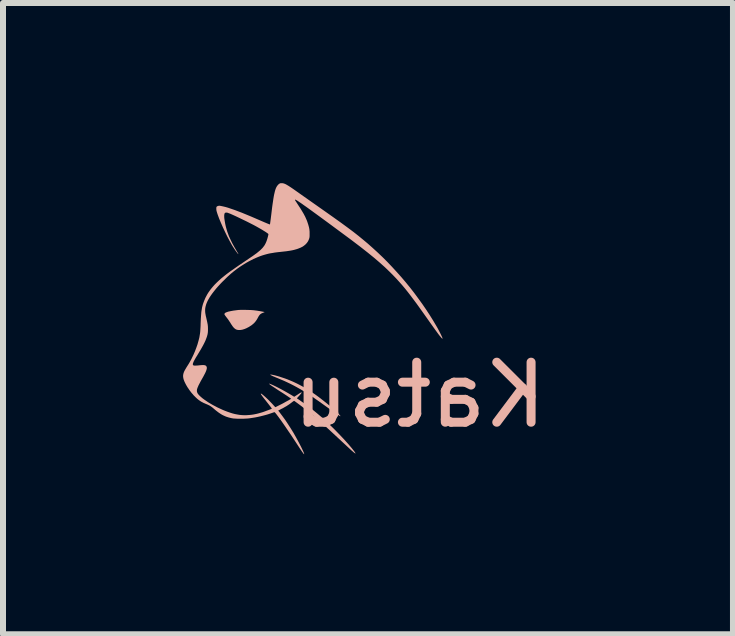
<source format=kicad_pcb>
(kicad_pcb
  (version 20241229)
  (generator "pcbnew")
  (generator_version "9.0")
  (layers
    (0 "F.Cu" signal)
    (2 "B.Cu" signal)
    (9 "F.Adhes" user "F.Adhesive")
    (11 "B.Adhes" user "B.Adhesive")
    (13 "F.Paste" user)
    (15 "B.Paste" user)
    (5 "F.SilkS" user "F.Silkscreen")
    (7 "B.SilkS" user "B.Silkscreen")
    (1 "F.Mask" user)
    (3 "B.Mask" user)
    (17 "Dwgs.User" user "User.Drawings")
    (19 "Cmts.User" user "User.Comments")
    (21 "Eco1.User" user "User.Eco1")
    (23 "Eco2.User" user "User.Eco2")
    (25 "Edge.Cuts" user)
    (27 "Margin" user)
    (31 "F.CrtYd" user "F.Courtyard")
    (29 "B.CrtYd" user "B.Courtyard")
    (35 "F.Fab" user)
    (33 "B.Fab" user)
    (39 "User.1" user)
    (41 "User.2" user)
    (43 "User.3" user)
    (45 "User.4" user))
  (footprint "Katsu"
    (layer "F.Cu")
    (at 1.805 2.588)
    (property "Reference" "Katsu" (at 2.134 0.94 0) (unlocked yes) (layer "B.SilkS") (effects (font (size 1 1) (thickness 0.15)) (justify mirror)))
    (fp_poly (pts (xy -0.35 0.606) (xy -0.348 0.608) (xy -0.345 0.61) (xy -0.342 0.612) (xy -0.337 0.614) (xy -0.333 0.617) (xy -0.327 0.619) (xy -0.314 0.626) (xy -0.298 0.633) (xy -0.28 0.64) (xy -0.26 0.649) (xy -0.237 0.658) (xy -0.18 0.682) (xy -0.123 0.706) (xy -0.069 0.731) (xy -0.015 0.757) (xy 0.038 0.784) (xy 0.09 0.812) (xy 0.141 0.841) (xy 0.192 0.871) (xy 0.231 0.895) (xy 0.269 0.919) (xy 0.308 0.945) (xy 0.352 0.974) (xy 0.402 1.009) (xy 0.46 1.049) (xy 0.611 1.157) (xy 0.703 1.222) (xy 0.758 1.261) (xy 0.788 1.281) (xy 0.797 1.286) (xy 0.804 1.29) (xy 0.806 1.291) (xy 0.808 1.292) (xy 0.81 1.293) (xy 0.811 1.293) (xy 0.812 1.294) (xy 0.813 1.294) (xy 0.814 1.294) (xy 0.815 1.294) (xy 0.815 1.294) (xy 0.815 1.294) (xy 0.815 1.294) (xy 0.815 1.293) (xy 0.816 1.293) (xy 0.816 1.293) (xy 0.816 1.293) (xy 0.815 1.292) (xy 0.815 1.291) (xy 0.815 1.29) (xy 0.814 1.289) (xy 0.813 1.287) (xy 0.812 1.286) (xy 0.811 1.284) (xy 0.809 1.282) (xy 0.807 1.28) (xy 0.803 1.276) (xy 0.798 1.27) (xy 0.793 1.264) (xy 0.786 1.258) (xy 0.779 1.25) (xy 0.771 1.242) (xy 0.751 1.223) (xy 0.734 1.206) (xy 0.718 1.191) (xy 0.701 1.176) (xy 0.684 1.161) (xy 0.666 1.145) (xy 0.644 1.127) (xy 0.619 1.106) (xy 0.532 1.036) (xy 0.449 0.972) (xy 0.408 0.942) (xy 0.368 0.914) (xy 0.328 0.887) (xy 0.289 0.862) (xy 0.25 0.837) (xy 0.211 0.814) (xy 0.172 0.793) (xy 0.133 0.772) (xy 0.094 0.752) (xy 0.054 0.733) (xy 0.015 0.715) (xy -0.026 0.698) (xy -0.067 0.681) (xy -0.111 0.665) (xy -0.157 0.65) (xy -0.201 0.635) (xy -0.243 0.623) (xy -0.28 0.613) (xy -0.312 0.606) (xy -0.325 0.604) (xy -0.336 0.602) (xy -0.342 0.602) (xy -0.348 0.601) (xy -0.349 0.601) (xy -0.351 0.601) (xy -0.352 0.601) (xy -0.353 0.602) (xy -0.353 0.602) (xy -0.354 0.602) (xy -0.354 0.602) (xy -0.354 0.602) (xy -0.354 0.602) (xy -0.354 0.602) (xy -0.354 0.603) (xy -0.354 0.603) (xy -0.353 0.604) (xy -0.352 0.604) (xy -0.35 0.606)) (stroke (width 0.000352) (type solid)) (fill yes) (layer "B.SilkS"))
    (fp_poly (pts (xy -0.879 -0.475) (xy -0.9 -0.473) (xy -0.922 -0.47) (xy -0.945 -0.467) (xy -0.968 -0.464) (xy -0.99 -0.46) (xy -1.011 -0.456) (xy -1.029 -0.452) (xy -1.045 -0.449) (xy -1.055 -0.446) (xy -1.064 -0.443) (xy -1.072 -0.441) (xy -1.079 -0.438) (xy -1.086 -0.435) (xy -1.092 -0.433) (xy -1.098 -0.43) (xy -1.102 -0.427) (xy -1.106 -0.424) (xy -1.11 -0.421) (xy -1.112 -0.418) (xy -1.113 -0.416) (xy -1.114 -0.414) (xy -1.115 -0.413) (xy -1.116 -0.411) (xy -1.116 -0.409) (xy -1.116 -0.407) (xy -1.116 -0.406) (xy -1.116 -0.404) (xy -1.116 -0.402) (xy -1.116 -0.4) (xy -1.115 -0.399) (xy -1.115 -0.398) (xy -1.114 -0.396) (xy -1.113 -0.394) (xy -1.112 -0.392) (xy -1.11 -0.39) (xy -1.107 -0.385) (xy -1.103 -0.38) (xy -1.099 -0.374) (xy -1.094 -0.368) (xy -1.09 -0.362) (xy -1.079 -0.348) (xy -1.069 -0.335) (xy -1.059 -0.322) (xy -1.049 -0.308) (xy -1.04 -0.294) (xy -1.03 -0.279) (xy -1.019 -0.263) (xy -1.008 -0.244) (xy -1.002 -0.235) (xy -0.996 -0.226) (xy -0.99 -0.218) (xy -0.985 -0.21) (xy -0.98 -0.202) (xy -0.974 -0.196) (xy -0.969 -0.189) (xy -0.964 -0.183) (xy -0.959 -0.178) (xy -0.954 -0.173) (xy -0.949 -0.169) (xy -0.944 -0.164) (xy -0.939 -0.161) (xy -0.934 -0.157) (xy -0.929 -0.154) (xy -0.924 -0.152) (xy -0.919 -0.149) (xy -0.914 -0.147) (xy -0.908 -0.146) (xy -0.902 -0.144) (xy -0.896 -0.143) (xy -0.889 -0.142) (xy -0.876 -0.141) (xy -0.862 -0.141) (xy -0.848 -0.142) (xy -0.833 -0.144) (xy -0.817 -0.147) (xy -0.801 -0.152) (xy -0.784 -0.157) (xy -0.767 -0.164) (xy -0.75 -0.171) (xy -0.733 -0.18) (xy -0.715 -0.189) (xy -0.697 -0.2) (xy -0.68 -0.211) (xy -0.669 -0.218) (xy -0.659 -0.225) (xy -0.65 -0.233) (xy -0.641 -0.24) (xy -0.632 -0.248) (xy -0.624 -0.255) (xy -0.617 -0.263) (xy -0.609 -0.271) (xy -0.602 -0.28) (xy -0.595 -0.289) (xy -0.588 -0.299) (xy -0.581 -0.308) (xy -0.575 -0.319) (xy -0.568 -0.33) (xy -0.562 -0.342) (xy -0.555 -0.354) (xy -0.551 -0.362) (xy -0.547 -0.369) (xy -0.542 -0.376) (xy -0.538 -0.382) (xy -0.534 -0.388) (xy -0.53 -0.393) (xy -0.525 -0.398) (xy -0.521 -0.402) (xy -0.516 -0.406) (xy -0.51 -0.41) (xy -0.505 -0.414) (xy -0.499 -0.417) (xy -0.492 -0.421) (xy -0.484 -0.424) (xy -0.476 -0.427) (xy -0.468 -0.431) (xy -0.447 -0.438) (xy -0.46 -0.443) (xy -0.471 -0.445) (xy -0.486 -0.448) (xy -0.507 -0.452) (xy -0.53 -0.456) (xy -0.554 -0.46) (xy -0.579 -0.464) (xy -0.604 -0.467) (xy -0.625 -0.47) (xy -0.65 -0.472) (xy -0.681 -0.474) (xy -0.717 -0.475) (xy -0.754 -0.476) (xy -0.792 -0.477) (xy -0.827 -0.477) (xy -0.856 -0.476) (xy -0.879 -0.475)) (stroke (width 0.000352) (type solid)) (fill yes) (layer "B.SilkS"))
    (fp_poly (pts (xy -0.195 -2.582) (xy -0.196 -2.581) (xy -0.198 -2.58) (xy -0.2 -2.579) (xy -0.202 -2.578) (xy -0.204 -2.576) (xy -0.206 -2.575) (xy -0.208 -2.574) (xy -0.21 -2.572) (xy -0.212 -2.57) (xy -0.214 -2.569) (xy -0.216 -2.567) (xy -0.218 -2.565) (xy -0.22 -2.563) (xy -0.222 -2.561) (xy -0.224 -2.559) (xy -0.225 -2.557) (xy -0.23 -2.552) (xy -0.234 -2.547) (xy -0.238 -2.542) (xy -0.242 -2.536) (xy -0.246 -2.529) (xy -0.25 -2.522) (xy -0.254 -2.515) (xy -0.257 -2.507) (xy -0.261 -2.499) (xy -0.264 -2.49) (xy -0.271 -2.47) (xy -0.277 -2.448) (xy -0.283 -2.422) (xy -0.29 -2.393) (xy -0.296 -2.36) (xy -0.302 -2.323) (xy -0.308 -2.282) (xy -0.315 -2.236) (xy -0.322 -2.185) (xy -0.336 -2.068) (xy -0.344 -2.003) (xy -0.351 -1.95) (xy -0.356 -1.914) (xy -0.359 -1.9) (xy -0.359 -1.899) (xy -0.359 -1.899) (xy -0.361 -1.9) (xy -0.363 -1.9) (xy -0.366 -1.901) (xy -0.375 -1.904) (xy -0.386 -1.909) (xy -0.399 -1.914) (xy -0.414 -1.92) (xy -0.43 -1.927) (xy -0.447 -1.934) (xy -0.674 -2.032) (xy -0.827 -2.095) (xy -0.888 -2.118) (xy -0.943 -2.139) (xy -1.057 -2.178) (xy -1.077 -2.184) (xy -1.098 -2.19) (xy -1.119 -2.195) (xy -1.14 -2.2) (xy -1.16 -2.204) (xy -1.178 -2.208) (xy -1.193 -2.21) (xy -1.199 -2.211) (xy -1.204 -2.211) (xy -1.207 -2.211) (xy -1.21 -2.21) (xy -1.213 -2.21) (xy -1.217 -2.209) (xy -1.22 -2.208) (xy -1.223 -2.207) (xy -1.227 -2.206) (xy -1.23 -2.205) (xy -1.233 -2.204) (xy -1.235 -2.202) (xy -1.238 -2.201) (xy -1.241 -2.199) (xy -1.243 -2.198) (xy -1.245 -2.196) (xy -1.246 -2.194) (xy -1.248 -2.192) (xy -1.248 -2.191) (xy -1.249 -2.19) (xy -1.25 -2.187) (xy -1.251 -2.183) (xy -1.251 -2.179) (xy -1.252 -2.175) (xy -1.252 -2.17) (xy -1.252 -2.164) (xy -1.252 -2.159) (xy -1.252 -2.153) (xy -1.251 -2.147) (xy -1.251 -2.141) (xy -1.25 -2.135) (xy -1.249 -2.128) (xy -1.247 -2.122) (xy -1.246 -2.116) (xy -1.244 -2.11) (xy -1.237 -2.087) (xy -1.228 -2.06) (xy -1.205 -1.998) (xy -1.176 -1.928) (xy -1.143 -1.853) (xy -1.107 -1.776) (xy -1.07 -1.7) (xy -1.032 -1.628) (xy -0.996 -1.563) (xy -0.98 -1.536) (xy -0.961 -1.507) (xy -0.943 -1.479) (xy -0.925 -1.453) (xy -0.909 -1.432) (xy -0.896 -1.415) (xy -0.891 -1.41) (xy -0.888 -1.407) (xy -0.886 -1.406) (xy -0.885 -1.405) (xy -0.885 -1.406) (xy -0.885 -1.407) (xy -0.885 -1.407) (xy -0.885 -1.409) (xy -0.887 -1.413) (xy -0.89 -1.418) (xy -0.894 -1.426) (xy -0.899 -1.434) (xy -0.905 -1.444) (xy -0.911 -1.454) (xy -0.918 -1.466) (xy -0.953 -1.526) (xy -0.984 -1.582) (xy -1.01 -1.635) (xy -1.022 -1.661) (xy -1.034 -1.686) (xy -1.044 -1.71) (xy -1.053 -1.735) (xy -1.062 -1.759) (xy -1.071 -1.784) (xy -1.078 -1.808) (xy -1.085 -1.833) (xy -1.092 -1.858) (xy -1.098 -1.883) (xy -1.106 -1.922) (xy -1.112 -1.958) (xy -1.117 -1.99) (xy -1.119 -2.004) (xy -1.12 -2.018) (xy -1.12 -2.03) (xy -1.121 -2.042) (xy -1.12 -2.052) (xy -1.119 -2.061) (xy -1.118 -2.069) (xy -1.116 -2.076) (xy -1.114 -2.082) (xy -1.111 -2.087) (xy -1.111 -2.088) (xy -1.11 -2.089) (xy -1.108 -2.09) (xy -1.107 -2.091) (xy -1.106 -2.092) (xy -1.105 -2.093) (xy -1.104 -2.093) (xy -1.102 -2.094) (xy -1.101 -2.095) (xy -1.099 -2.095) (xy -1.098 -2.096) (xy -1.096 -2.096) (xy -1.094 -2.097) (xy -1.093 -2.097) (xy -1.091 -2.097) (xy -1.089 -2.097) (xy -1.087 -2.097) (xy -1.085 -2.097) (xy -1.083 -2.097) (xy -1.081 -2.097) (xy -1.079 -2.097) (xy -1.077 -2.097) (xy -1.072 -2.096) (xy -1.068 -2.095) (xy -1.063 -2.094) (xy -1.058 -2.092) (xy -1.053 -2.09) (xy -1.023 -2.079) (xy -0.98 -2.06) (xy -0.927 -2.036) (xy -0.868 -2.008) (xy -0.744 -1.948) (xy -0.685 -1.918) (xy -0.632 -1.891) (xy -0.584 -1.865) (xy -0.538 -1.839) (xy -0.496 -1.815) (xy -0.459 -1.792) (xy -0.428 -1.773) (xy -0.404 -1.756) (xy -0.395 -1.75) (xy -0.389 -1.744) (xy -0.385 -1.74) (xy -0.384 -1.737) (xy -0.384 -1.736) (xy -0.384 -1.735) (xy -0.385 -1.731) (xy -0.386 -1.726) (xy -0.387 -1.719) (xy -0.389 -1.712) (xy -0.391 -1.703) (xy -0.393 -1.694) (xy -0.396 -1.684) (xy -0.401 -1.665) (xy -0.407 -1.646) (xy -0.413 -1.628) (xy -0.419 -1.612) (xy -0.426 -1.596) (xy -0.433 -1.581) (xy -0.441 -1.566) (xy -0.449 -1.552) (xy -0.459 -1.538) (xy -0.469 -1.525) (xy -0.479 -1.512) (xy -0.491 -1.499) (xy -0.504 -1.486) (xy -0.517 -1.473) (xy -0.532 -1.46) (xy -0.548 -1.447) (xy -0.565 -1.433) (xy -0.582 -1.419) (xy -0.602 -1.405) (xy -0.624 -1.389) (xy -0.652 -1.369) (xy -0.688 -1.345) (xy -0.788 -1.277) (xy -0.88 -1.215) (xy -0.957 -1.161) (xy -1.023 -1.115) (xy -1.078 -1.074) (xy -1.126 -1.036) (xy -1.168 -1.002) (xy -1.207 -0.967) (xy -1.244 -0.932) (xy -1.262 -0.914) (xy -1.279 -0.897) (xy -1.295 -0.879) (xy -1.311 -0.861) (xy -1.326 -0.843) (xy -1.341 -0.825) (xy -1.355 -0.806) (xy -1.368 -0.788) (xy -1.381 -0.77) (xy -1.393 -0.751) (xy -1.404 -0.733) (xy -1.414 -0.714) (xy -1.424 -0.695) (xy -1.434 -0.676) (xy -1.442 -0.657) (xy -1.45 -0.638) (xy -1.458 -0.618) (xy -1.465 -0.599) (xy -1.472 -0.58) (xy -1.478 -0.561) (xy -1.483 -0.541) (xy -1.488 -0.522) (xy -1.492 -0.501) (xy -1.495 -0.48) (xy -1.499 -0.458) (xy -1.502 -0.435) (xy -1.504 -0.409) (xy -1.506 -0.383) (xy -1.508 -0.354) (xy -1.51 -0.323) (xy -1.513 -0.253) (xy -1.514 -0.211) (xy -1.516 -0.175) (xy -1.518 -0.142) (xy -1.52 -0.113) (xy -1.523 -0.087) (xy -1.527 -0.062) (xy -1.531 -0.038) (xy -1.535 -0.014) (xy -1.542 0.013) (xy -1.549 0.04) (xy -1.557 0.068) (xy -1.565 0.097) (xy -1.585 0.154) (xy -1.607 0.212) (xy -1.631 0.268) (xy -1.657 0.322) (xy -1.67 0.349) (xy -1.684 0.374) (xy -1.698 0.399) (xy -1.712 0.423) (xy -1.75 0.483) (xy -1.762 0.504) (xy -1.772 0.521) (xy -1.779 0.533) (xy -1.784 0.544) (xy -1.789 0.553) (xy -1.792 0.562) (xy -1.796 0.572) (xy -1.799 0.583) (xy -1.802 0.593) (xy -1.803 0.603) (xy -1.805 0.613) (xy -1.805 0.624) (xy -1.805 0.634) (xy -1.804 0.645) (xy -1.802 0.656) (xy -1.8 0.667) (xy -1.797 0.679) (xy -1.793 0.691) (xy -1.788 0.704) (xy -1.783 0.717) (xy -1.777 0.73) (xy -1.77 0.744) (xy -1.763 0.758) (xy -1.755 0.773) (xy -1.747 0.787) (xy -1.738 0.802) (xy -1.729 0.817) (xy -1.719 0.831) (xy -1.709 0.846) (xy -1.699 0.861) (xy -1.688 0.875) (xy -1.677 0.89) (xy -1.666 0.904) (xy -1.654 0.918) (xy -1.642 0.931) (xy -1.631 0.945) (xy -1.619 0.957) (xy -1.606 0.97) (xy -1.595 0.981) (xy -1.584 0.991) (xy -1.574 1.001) (xy -1.563 1.01) (xy -1.553 1.018) (xy -1.542 1.027) (xy -1.531 1.034) (xy -1.52 1.042) (xy -1.509 1.049) (xy -1.497 1.056) (xy -1.485 1.062) (xy -1.472 1.069) (xy -1.458 1.076) (xy -1.443 1.082) (xy -1.428 1.089) (xy -1.411 1.096) (xy -1.392 1.104) (xy -1.384 1.108) (xy -1.376 1.112) (xy -1.369 1.115) (xy -1.362 1.119) (xy -1.355 1.124) (xy -1.347 1.128) (xy -1.34 1.133) (xy -1.333 1.138) (xy -1.325 1.144) (xy -1.317 1.15) (xy -1.308 1.157) (xy -1.299 1.165) (xy -1.278 1.183) (xy -1.259 1.199) (xy -1.241 1.213) (xy -1.223 1.227) (xy -1.206 1.239) (xy -1.188 1.251) (xy -1.171 1.262) (xy -1.154 1.272) (xy -1.136 1.281) (xy -1.119 1.289) (xy -1.101 1.297) (xy -1.083 1.304) (xy -1.064 1.31) (xy -1.045 1.316) (xy -1.025 1.321) (xy -1.005 1.326) (xy -0.983 1.33) (xy -0.973 1.332) (xy -0.96 1.333) (xy -0.928 1.335) (xy -0.891 1.337) (xy -0.85 1.337) (xy -0.807 1.337) (xy -0.767 1.335) (xy -0.731 1.333) (xy -0.701 1.33) (xy -0.655 1.323) (xy -0.61 1.316) (xy -0.564 1.307) (xy -0.519 1.297) (xy -0.475 1.286) (xy -0.433 1.275) (xy -0.391 1.263) (xy -0.352 1.25) (xy -0.285 1.227) (xy -0.283 1.227) (xy -0.281 1.229) (xy -0.273 1.235) (xy -0.263 1.247) (xy -0.25 1.263) (xy -0.216 1.308) (xy -0.173 1.367) (xy -0.122 1.44) (xy -0.065 1.524) (xy -0.002 1.616) (xy 0.064 1.716) (xy 0.136 1.826) (xy 0.18 1.891) (xy 0.194 1.91) (xy 0.203 1.921) (xy 0.206 1.924) (xy 0.208 1.926) (xy 0.21 1.927) (xy 0.211 1.927) (xy 0.211 1.926) (xy 0.212 1.926) (xy 0.212 1.925) (xy 0.212 1.923) (xy 0.211 1.921) (xy 0.21 1.917) (xy 0.209 1.912) (xy 0.207 1.907) (xy 0.204 1.9) (xy 0.201 1.893) (xy 0.198 1.885) (xy 0.194 1.877) (xy 0.185 1.857) (xy 0.174 1.834) (xy 0.161 1.807) (xy 0.121 1.73) (xy 0.079 1.652) (xy 0.036 1.576) (xy -0.01 1.501) (xy -0.057 1.428) (xy -0.104 1.357) (xy -0.153 1.29) (xy -0.201 1.226) (xy -0.221 1.201) (xy -0.168 1.173) (xy -0.143 1.161) (xy -0.121 1.148) (xy -0.1 1.136) (xy -0.08 1.125) (xy -0.061 1.112) (xy -0.042 1.1) (xy -0.023 1.086) (xy -0.003 1.071) (xy 0.014 1.058) (xy 0.028 1.048) (xy 0.034 1.044) (xy 0.039 1.041) (xy 0.042 1.039) (xy 0.043 1.039) (xy 0.043 1.038) (xy 0.045 1.039) (xy 0.05 1.042) (xy 0.064 1.052) (xy 0.086 1.068) (xy 0.112 1.087) (xy 0.171 1.131) (xy 0.2 1.154) (xy 0.227 1.174) (xy 0.29 1.224) (xy 0.349 1.272) (xy 0.409 1.324) (xy 0.477 1.383) (xy 0.556 1.454) (xy 0.652 1.542) (xy 0.918 1.789) (xy 0.963 1.831) (xy 1 1.865) (xy 1.028 1.889) (xy 1.039 1.899) (xy 1.049 1.906) (xy 1.056 1.911) (xy 1.061 1.914) (xy 1.065 1.915) (xy 1.066 1.915) (xy 1.066 1.915) (xy 1.066 1.914) (xy 1.066 1.912) (xy 1.064 1.907) (xy 1.06 1.901) (xy 1.055 1.893) (xy 1.045 1.879) (xy 1.032 1.862) (xy 1.001 1.823) (xy 0.962 1.777) (xy 0.917 1.726) (xy 0.867 1.671) (xy 0.814 1.615) (xy 0.759 1.558) (xy 0.704 1.502) (xy 0.634 1.434) (xy 0.567 1.37) (xy 0.501 1.31) (xy 0.434 1.253) (xy 0.367 1.198) (xy 0.298 1.144) (xy 0.225 1.091) (xy 0.148 1.036) (xy 0.128 1.022) (xy 0.11 1.01) (xy 0.098 1.002) (xy 0.092 0.999) (xy 0.092 0.998) (xy 0.092 0.998) (xy 0.091 0.998) (xy 0.091 0.998) (xy 0.092 0.997) (xy 0.092 0.997) (xy 0.092 0.996) (xy 0.092 0.996) (xy 0.093 0.994) (xy 0.094 0.992) (xy 0.096 0.99) (xy 0.098 0.988) (xy 0.1 0.986) (xy 0.102 0.983) (xy 0.104 0.98) (xy 0.107 0.977) (xy 0.11 0.974) (xy 0.113 0.971) (xy 0.116 0.967) (xy 0.119 0.964) (xy 0.131 0.951) (xy 0.141 0.94) (xy 0.15 0.929) (xy 0.158 0.92) (xy 0.161 0.916) (xy 0.164 0.912) (xy 0.166 0.909) (xy 0.168 0.906) (xy 0.169 0.903) (xy 0.169 0.901) (xy 0.17 0.9) (xy 0.17 0.9) (xy 0.169 0.899) (xy 0.169 0.899) (xy 0.169 0.898) (xy 0.168 0.898) (xy 0.168 0.898) (xy 0.167 0.898) (xy 0.167 0.898) (xy 0.166 0.898) (xy 0.165 0.898) (xy 0.164 0.898) (xy 0.163 0.898) (xy 0.162 0.899) (xy 0.161 0.899) (xy 0.159 0.9) (xy 0.158 0.9) (xy 0.156 0.901) (xy 0.155 0.902) (xy 0.153 0.903) (xy 0.148 0.905) (xy 0.144 0.908) (xy 0.138 0.911) (xy 0.132 0.915) (xy 0.125 0.919) (xy 0.118 0.924) (xy 0.109 0.93) (xy 0.1 0.936) (xy 0.046 0.971) (xy 0.005 0.946) (xy -0.046 0.916) (xy -0.102 0.884) (xy -0.158 0.853) (xy -0.213 0.824) (xy -0.264 0.798) (xy -0.308 0.777) (xy -0.342 0.762) (xy -0.355 0.757) (xy -0.364 0.754) (xy -0.375 0.752) (xy -0.368 0.759) (xy -0.366 0.762) (xy -0.363 0.764) (xy -0.36 0.767) (xy -0.356 0.77) (xy -0.351 0.774) (xy -0.345 0.778) (xy -0.339 0.783) (xy -0.331 0.788) (xy -0.313 0.8) (xy -0.29 0.815) (xy -0.261 0.834) (xy -0.227 0.857) (xy -0.142 0.911) (xy -0.072 0.957) (xy -0.024 0.99) (xy -0.011 0.999) (xy -0.006 1.003) (xy -0.007 1.004) (xy -0.008 1.005) (xy -0.012 1.008) (xy -0.027 1.017) (xy -0.049 1.03) (xy -0.077 1.045) (xy -0.108 1.062) (xy -0.14 1.08) (xy -0.171 1.096) (xy -0.199 1.11) (xy -0.247 1.134) (xy -0.262 1.142) (xy -0.268 1.144) (xy -0.269 1.144) (xy -0.27 1.143) (xy -0.273 1.14) (xy -0.278 1.135) (xy -0.285 1.128) (xy -0.301 1.11) (xy -0.322 1.087) (xy -0.35 1.058) (xy -0.379 1.028) (xy -0.408 1) (xy -0.436 0.974) (xy -0.462 0.951) (xy -0.483 0.934) (xy -0.491 0.927) (xy -0.499 0.922) (xy -0.504 0.919) (xy -0.506 0.919) (xy -0.507 0.918) (xy -0.509 0.918) (xy -0.509 0.919) (xy -0.509 0.919) (xy -0.51 0.919) (xy -0.51 0.919) (xy -0.51 0.919) (xy -0.511 0.919) (xy -0.511 0.92) (xy -0.511 0.92) (xy -0.511 0.921) (xy -0.511 0.921) (xy -0.511 0.922) (xy -0.511 0.922) (xy -0.511 0.923) (xy -0.511 0.923) (xy -0.51 0.925) (xy -0.509 0.927) (xy -0.508 0.929) (xy -0.507 0.931) (xy -0.505 0.934) (xy -0.503 0.937) (xy -0.501 0.941) (xy -0.498 0.944) (xy -0.495 0.949) (xy -0.492 0.953) (xy -0.488 0.958) (xy -0.484 0.964) (xy -0.475 0.976) (xy -0.464 0.99) (xy -0.451 1.007) (xy -0.436 1.025) (xy -0.42 1.046) (xy -0.401 1.07) (xy -0.372 1.107) (xy -0.348 1.138) (xy -0.332 1.16) (xy -0.328 1.166) (xy -0.326 1.168) (xy -0.327 1.169) (xy -0.331 1.171) (xy -0.343 1.177) (xy -0.362 1.184) (xy -0.385 1.193) (xy -0.41 1.202) (xy -0.436 1.212) (xy -0.461 1.221) (xy -0.484 1.229) (xy -0.516 1.238) (xy -0.547 1.247) (xy -0.578 1.255) (xy -0.608 1.261) (xy -0.638 1.267) (xy -0.668 1.271) (xy -0.697 1.274) (xy -0.726 1.276) (xy -0.755 1.278) (xy -0.784 1.278) (xy -0.812 1.277) (xy -0.841 1.275) (xy -0.869 1.272) (xy -0.897 1.267) (xy -0.925 1.262) (xy -0.953 1.256) (xy -0.99 1.246) (xy -1.027 1.234) (xy -1.067 1.22) (xy -1.107 1.205) (xy -1.148 1.188) (xy -1.189 1.169) (xy -1.23 1.15) (xy -1.27 1.129) (xy -1.31 1.108) (xy -1.348 1.086) (xy -1.385 1.064) (xy -1.419 1.041) (xy -1.451 1.019) (xy -1.481 0.997) (xy -1.507 0.975) (xy -1.53 0.954) (xy -1.537 0.946) (xy -1.544 0.939) (xy -1.55 0.932) (xy -1.555 0.926) (xy -1.56 0.919) (xy -1.564 0.913) (xy -1.567 0.906) (xy -1.57 0.9) (xy -1.571 0.896) (xy -1.572 0.893) (xy -1.573 0.89) (xy -1.574 0.887) (xy -1.574 0.883) (xy -1.575 0.88) (xy -1.575 0.873) (xy -1.575 0.866) (xy -1.575 0.859) (xy -1.574 0.852) (xy -1.573 0.844) (xy -1.571 0.839) (xy -1.569 0.833) (xy -1.567 0.827) (xy -1.564 0.819) (xy -1.561 0.811) (xy -1.557 0.803) (xy -1.549 0.783) (xy -1.538 0.762) (xy -1.526 0.739) (xy -1.513 0.714) (xy -1.498 0.687) (xy -1.47 0.638) (xy -1.448 0.596) (xy -1.439 0.579) (xy -1.431 0.562) (xy -1.425 0.548) (xy -1.42 0.535) (xy -1.416 0.523) (xy -1.413 0.512) (xy -1.411 0.503) (xy -1.41 0.494) (xy -1.41 0.486) (xy -1.411 0.479) (xy -1.413 0.473) (xy -1.416 0.467) (xy -1.417 0.464) (xy -1.418 0.462) (xy -1.42 0.46) (xy -1.421 0.458) (xy -1.423 0.457) (xy -1.425 0.455) (xy -1.427 0.453) (xy -1.429 0.452) (xy -1.431 0.451) (xy -1.434 0.449) (xy -1.436 0.448) (xy -1.439 0.447) (xy -1.442 0.446) (xy -1.445 0.446) (xy -1.449 0.445) (xy -1.452 0.444) (xy -1.456 0.444) (xy -1.46 0.443) (xy -1.464 0.443) (xy -1.469 0.443) (xy -1.474 0.443) (xy -1.479 0.443) (xy -1.484 0.443) (xy -1.489 0.443) (xy -1.501 0.444) (xy -1.514 0.445) (xy -1.528 0.446) (xy -1.544 0.448) (xy -1.564 0.45) (xy -1.582 0.451) (xy -1.597 0.452) (xy -1.604 0.452) (xy -1.61 0.452) (xy -1.616 0.452) (xy -1.621 0.451) (xy -1.625 0.45) (xy -1.629 0.449) (xy -1.632 0.448) (xy -1.635 0.447) (xy -1.637 0.445) (xy -1.638 0.444) (xy -1.64 0.442) (xy -1.641 0.44) (xy -1.642 0.438) (xy -1.642 0.436) (xy -1.643 0.433) (xy -1.643 0.431) (xy -1.643 0.428) (xy -1.643 0.425) (xy -1.642 0.422) (xy -1.642 0.419) (xy -1.641 0.416) (xy -1.64 0.412) (xy -1.639 0.408) (xy -1.637 0.404) (xy -1.635 0.399) (xy -1.633 0.395) (xy -1.629 0.384) (xy -1.623 0.372) (xy -1.616 0.36) (xy -1.608 0.345) (xy -1.599 0.329) (xy -1.589 0.312) (xy -1.577 0.293) (xy -1.564 0.272) (xy -1.533 0.22) (xy -1.506 0.175) (xy -1.483 0.134) (xy -1.463 0.097) (xy -1.446 0.063) (xy -1.432 0.033) (xy -1.421 0.004) (xy -1.411 -0.023) (xy -1.405 -0.042) (xy -1.401 -0.058) (xy -1.399 -0.065) (xy -1.397 -0.073) (xy -1.396 -0.08) (xy -1.395 -0.087) (xy -1.394 -0.094) (xy -1.393 -0.101) (xy -1.392 -0.108) (xy -1.392 -0.116) (xy -1.391 -0.134) (xy -1.391 -0.154) (xy -1.391 -0.175) (xy -1.392 -0.193) (xy -1.392 -0.202) (xy -1.393 -0.21) (xy -1.394 -0.218) (xy -1.395 -0.227) (xy -1.396 -0.236) (xy -1.398 -0.245) (xy -1.402 -0.266) (xy -1.407 -0.29) (xy -1.414 -0.32) (xy -1.42 -0.347) (xy -1.426 -0.371) (xy -1.43 -0.392) (xy -1.433 -0.41) (xy -1.436 -0.426) (xy -1.437 -0.441) (xy -1.438 -0.454) (xy -1.438 -0.466) (xy -1.438 -0.486) (xy -1.436 -0.507) (xy -1.432 -0.528) (xy -1.426 -0.55) (xy -1.42 -0.572) (xy -1.411 -0.594) (xy -1.401 -0.617) (xy -1.389 -0.641) (xy -1.375 -0.665) (xy -1.36 -0.691) (xy -1.342 -0.717) (xy -1.323 -0.744) (xy -1.302 -0.772) (xy -1.279 -0.801) (xy -1.254 -0.832) (xy -1.227 -0.863) (xy -1.206 -0.886) (xy -1.181 -0.913) (xy -1.153 -0.942) (xy -1.122 -0.972) (xy -1.092 -1.002) (xy -1.062 -1.031) (xy -1.034 -1.056) (xy -1.011 -1.077) (xy -0.975 -1.107) (xy -0.939 -1.135) (xy -0.902 -1.163) (xy -0.864 -1.19) (xy -0.826 -1.215) (xy -0.788 -1.239) (xy -0.75 -1.262) (xy -0.711 -1.284) (xy -0.672 -1.304) (xy -0.634 -1.324) (xy -0.595 -1.341) (xy -0.557 -1.357) (xy -0.519 -1.372) (xy -0.481 -1.385) (xy -0.444 -1.396) (xy -0.408 -1.406) (xy -0.384 -1.412) (xy -0.361 -1.417) (xy -0.337 -1.421) (xy -0.312 -1.425) (xy -0.284 -1.43) (xy -0.255 -1.434) (xy -0.222 -1.438) (xy -0.184 -1.442) (xy -0.131 -1.448) (xy -0.085 -1.453) (xy -0.046 -1.459) (xy -0.012 -1.464) (xy 0.018 -1.47) (xy 0.044 -1.476) (xy 0.069 -1.483) (xy 0.093 -1.49) (xy 0.118 -1.499) (xy 0.14 -1.508) (xy 0.15 -1.512) (xy 0.159 -1.516) (xy 0.168 -1.521) (xy 0.176 -1.525) (xy 0.184 -1.529) (xy 0.192 -1.534) (xy 0.199 -1.539) (xy 0.206 -1.544) (xy 0.212 -1.549) (xy 0.219 -1.554) (xy 0.226 -1.56) (xy 0.233 -1.566) (xy 0.238 -1.571) (xy 0.243 -1.577) (xy 0.248 -1.582) (xy 0.253 -1.587) (xy 0.257 -1.592) (xy 0.261 -1.598) (xy 0.265 -1.603) (xy 0.269 -1.609) (xy 0.273 -1.615) (xy 0.276 -1.62) (xy 0.279 -1.626) (xy 0.282 -1.632) (xy 0.285 -1.639) (xy 0.288 -1.645) (xy 0.29 -1.652) (xy 0.293 -1.658) (xy 0.295 -1.667) (xy 0.297 -1.671) (xy 0.298 -1.675) (xy 0.299 -1.679) (xy 0.299 -1.683) (xy 0.3 -1.687) (xy 0.301 -1.691) (xy 0.301 -1.696) (xy 0.301 -1.701) (xy 0.302 -1.706) (xy 0.302 -1.712) (xy 0.302 -1.726) (xy 0.302 -1.743) (xy 0.302 -1.767) (xy 0.302 -1.778) (xy 0.301 -1.789) (xy 0.3 -1.799) (xy 0.299 -1.81) (xy 0.298 -1.82) (xy 0.296 -1.83) (xy 0.294 -1.841) (xy 0.292 -1.851) (xy 0.289 -1.862) (xy 0.286 -1.873) (xy 0.279 -1.898) (xy 0.27 -1.925) (xy 0.265 -1.941) (xy 0.259 -1.957) (xy 0.253 -1.973) (xy 0.246 -1.988) (xy 0.239 -2.004) (xy 0.232 -2.02) (xy 0.224 -2.037) (xy 0.215 -2.053) (xy 0.206 -2.071) (xy 0.196 -2.088) (xy 0.174 -2.125) (xy 0.149 -2.166) (xy 0.12 -2.21) (xy 0.087 -2.261) (xy 0.076 -2.278) (xy 0.067 -2.291) (xy 0.062 -2.3) (xy 0.059 -2.307) (xy 0.059 -2.309) (xy 0.058 -2.31) (xy 0.059 -2.311) (xy 0.059 -2.312) (xy 0.06 -2.313) (xy 0.062 -2.313) (xy 0.064 -2.312) (xy 0.068 -2.311) (xy 0.071 -2.31) (xy 0.076 -2.307) (xy 0.088 -2.301) (xy 0.104 -2.291) (xy 0.123 -2.278) (xy 0.147 -2.262) (xy 0.175 -2.243) (xy 0.208 -2.219) (xy 0.247 -2.192) (xy 0.341 -2.124) (xy 0.459 -2.038) (xy 0.605 -1.931) (xy 0.996 -1.642) (xy 1.146 -1.528) (xy 1.272 -1.429) (xy 1.379 -1.342) (xy 1.471 -1.263) (xy 1.555 -1.188) (xy 1.634 -1.112) (xy 1.689 -1.057) (xy 1.741 -1.003) (xy 1.79 -0.949) (xy 1.839 -0.894) (xy 1.887 -0.837) (xy 1.937 -0.775) (xy 1.988 -0.709) (xy 2.042 -0.637) (xy 2.086 -0.578) (xy 2.136 -0.508) (xy 2.206 -0.41) (xy 2.31 -0.263) (xy 2.387 -0.155) (xy 2.419 -0.111) (xy 2.446 -0.074) (xy 2.469 -0.044) (xy 2.488 -0.022) (xy 2.501 -0.007) (xy 2.506 -0.002) (xy 2.509 0.001) (xy 2.511 0.001) (xy 2.512 0.002) (xy 2.513 0.003) (xy 2.513 0.003) (xy 2.514 0.003) (xy 2.514 0.003) (xy 2.514 0.003) (xy 2.515 0.003) (xy 2.515 0.004) (xy 2.515 0.003) (xy 2.515 0.003) (xy 2.516 0.003) (xy 2.516 0.003) (xy 2.516 0.003) (xy 2.516 0.003) (xy 2.516 0.002) (xy 2.516 0.002) (xy 2.516 0.002) (xy 2.516 0.001) (xy 2.516 0.001) (xy 2.516 0.000155) (xy 2.516 -0.001) (xy 2.516 -0.003) (xy 2.515 -0.005) (xy 2.515 -0.007) (xy 2.514 -0.011) (xy 2.511 -0.017) (xy 2.504 -0.034) (xy 2.493 -0.057) (xy 2.48 -0.084) (xy 2.465 -0.113) (xy 2.449 -0.144) (xy 2.432 -0.175) (xy 2.415 -0.205) (xy 2.36 -0.298) (xy 2.302 -0.391) (xy 2.241 -0.484) (xy 2.178 -0.576) (xy 2.112 -0.667) (xy 2.045 -0.758) (xy 1.975 -0.848) (xy 1.903 -0.936) (xy 1.829 -1.023) (xy 1.753 -1.108) (xy 1.676 -1.192) (xy 1.598 -1.274) (xy 1.518 -1.354) (xy 1.437 -1.431) (xy 1.355 -1.506) (xy 1.273 -1.579) (xy 1.194 -1.645) (xy 1.116 -1.709) (xy 1.032 -1.775) (xy 0.937 -1.846) (xy 0.825 -1.928) (xy 0.692 -2.023) (xy 0.532 -2.136) (xy 0.34 -2.271) (xy 0.073 -2.459) (xy 0.025 -2.493) (xy -0.015 -2.52) (xy -0.049 -2.542) (xy -0.064 -2.551) (xy -0.078 -2.559) (xy -0.09 -2.566) (xy -0.102 -2.572) (xy -0.112 -2.576) (xy -0.122 -2.58) (xy -0.132 -2.583) (xy -0.141 -2.585) (xy -0.149 -2.586) (xy -0.158 -2.587) (xy -0.164 -2.587) (xy -0.167 -2.587) (xy -0.169 -2.587) (xy -0.172 -2.587) (xy -0.174 -2.587) (xy -0.177 -2.587) (xy -0.179 -2.587) (xy -0.181 -2.586) (xy -0.183 -2.586) (xy -0.185 -2.585) (xy -0.187 -2.585) (xy -0.189 -2.584) (xy -0.191 -2.584) (xy -0.193 -2.583) (xy -0.195 -2.582)) (stroke (width 0.000352) (type solid)) (fill yes) (layer "B.SilkS")))
  (gr_rect
    (start -3 -3)
    (end 9.159 7.515)
    (stroke (width 0.1) (type default))
    (fill no)
    (layer "Edge.Cuts")))
</source>
